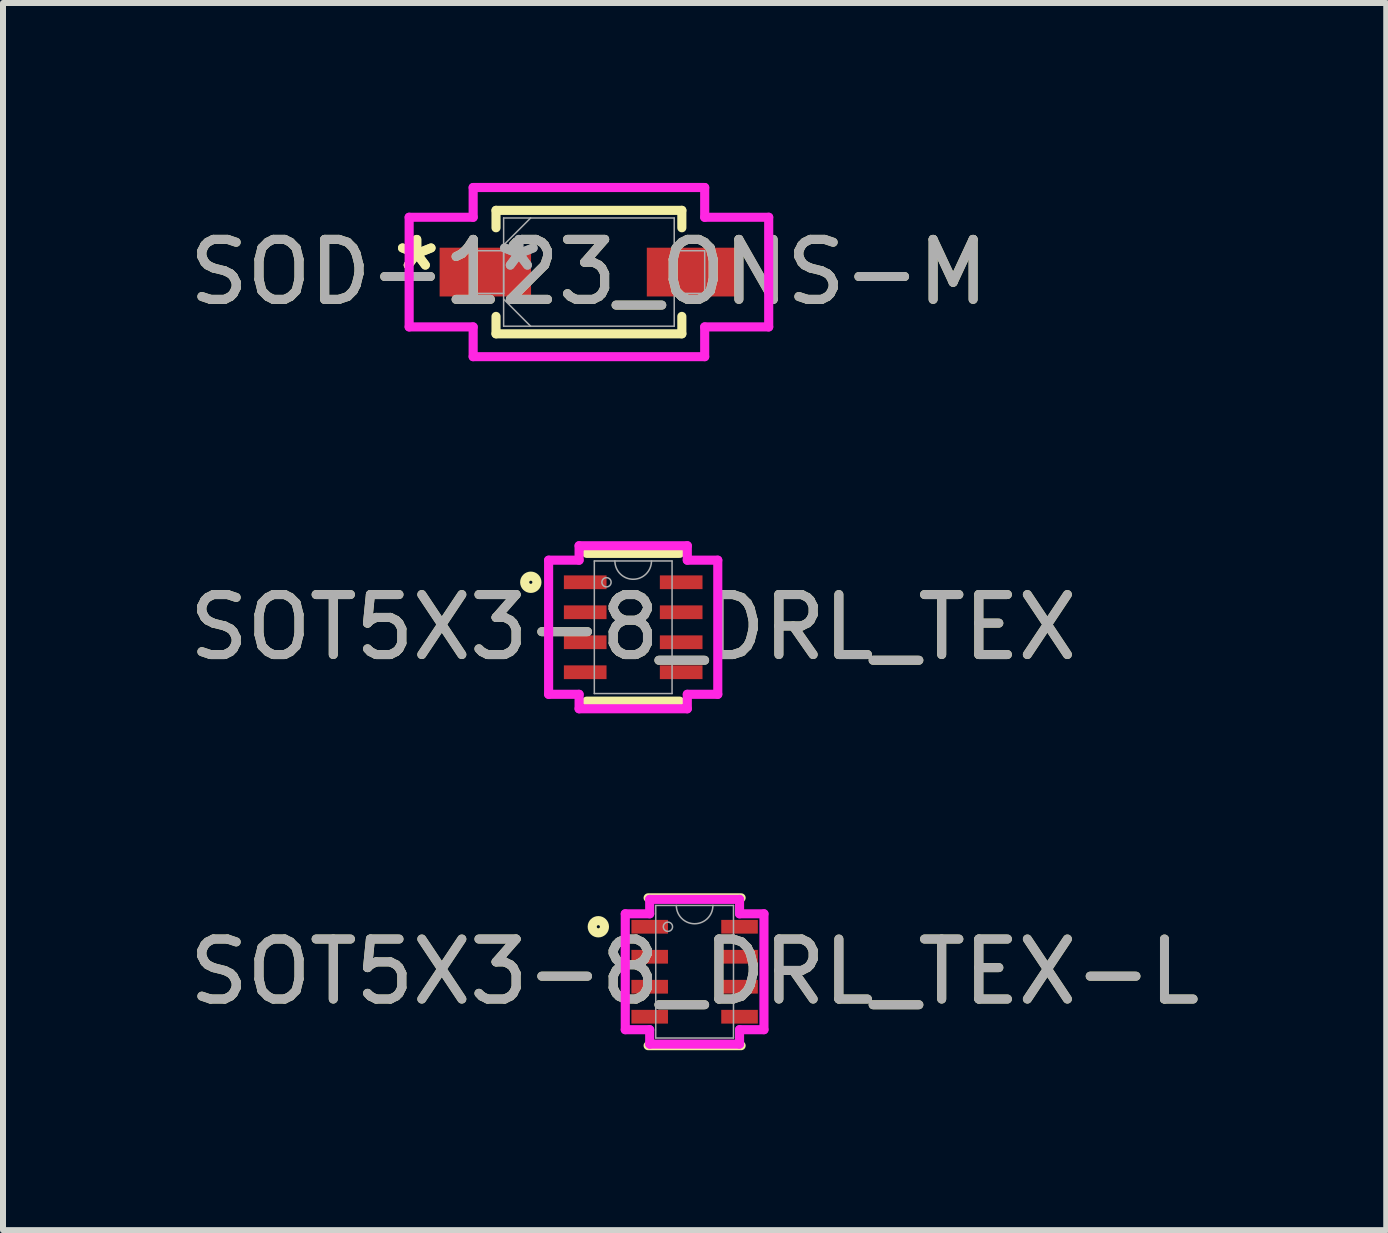
<source format=kicad_pcb>
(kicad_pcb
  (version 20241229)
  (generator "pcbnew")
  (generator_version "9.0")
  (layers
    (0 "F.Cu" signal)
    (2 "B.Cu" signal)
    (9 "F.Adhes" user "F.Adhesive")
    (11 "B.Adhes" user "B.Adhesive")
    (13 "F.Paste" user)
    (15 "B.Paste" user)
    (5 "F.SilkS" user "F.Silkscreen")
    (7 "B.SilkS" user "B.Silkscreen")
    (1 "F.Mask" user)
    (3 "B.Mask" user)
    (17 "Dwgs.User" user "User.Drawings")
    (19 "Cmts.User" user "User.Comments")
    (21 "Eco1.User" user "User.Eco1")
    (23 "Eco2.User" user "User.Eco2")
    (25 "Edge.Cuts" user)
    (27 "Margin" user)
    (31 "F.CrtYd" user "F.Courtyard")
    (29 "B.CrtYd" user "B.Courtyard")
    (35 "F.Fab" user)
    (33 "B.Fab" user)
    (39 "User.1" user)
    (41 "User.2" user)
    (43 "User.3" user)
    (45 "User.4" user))
  (footprint "SOD-123_ONS-M"
    (layer "F.Cu")
    (at 6.768 1.486)
    (property "Reference" "SOD-123_ONS-M" (at 0 0 0) (unlocked yes) (layer "F.SilkS") (effects (font (size 1 1) (thickness 0.15))))
    (attr smd)
    (fp_line (start -1.549 -1.029) (end -1.549 -0.739) (stroke (width 0.152) (type solid)) (layer "F.SilkS"))
    (fp_line (start -1.549 0.739) (end -1.549 1.029) (stroke (width 0.152) (type solid)) (layer "F.SilkS"))
    (fp_line (start -1.549 1.029) (end 1.549 1.029) (stroke (width 0.152) (type solid)) (layer "F.SilkS"))
    (fp_line (start 1.549 -1.029) (end -1.549 -1.029) (stroke (width 0.152) (type solid)) (layer "F.SilkS"))
    (fp_line (start 1.549 -0.739) (end 1.549 -1.029) (stroke (width 0.152) (type solid)) (layer "F.SilkS"))
    (fp_line (start 1.549 1.029) (end 1.549 0.739) (stroke (width 0.152) (type solid)) (layer "F.SilkS"))
    (fp_line (start -2.997 -0.914) (end -1.93 -0.914) (stroke (width 0.152) (type solid)) (layer "F.CrtYd"))
    (fp_line (start -2.997 0.914) (end -2.997 -0.914) (stroke (width 0.152) (type solid)) (layer "F.CrtYd"))
    (fp_line (start -1.93 -1.41) (end 1.93 -1.41) (stroke (width 0.152) (type solid)) (layer "F.CrtYd"))
    (fp_line (start -1.93 -0.914) (end -1.93 -1.41) (stroke (width 0.152) (type solid)) (layer "F.CrtYd"))
    (fp_line (start -1.93 0.914) (end -2.997 0.914) (stroke (width 0.152) (type solid)) (layer "F.CrtYd"))
    (fp_line (start -1.93 1.41) (end -1.93 0.914) (stroke (width 0.152) (type solid)) (layer "F.CrtYd"))
    (fp_line (start 1.93 -1.41) (end 1.93 -0.914) (stroke (width 0.152) (type solid)) (layer "F.CrtYd"))
    (fp_line (start 1.93 -0.914) (end 2.997 -0.914) (stroke (width 0.152) (type solid)) (layer "F.CrtYd"))
    (fp_line (start 1.93 0.914) (end 1.93 1.41) (stroke (width 0.152) (type solid)) (layer "F.CrtYd"))
    (fp_line (start 1.93 1.41) (end -1.93 1.41) (stroke (width 0.152) (type solid)) (layer "F.CrtYd"))
    (fp_line (start 2.997 -0.914) (end 2.997 0.914) (stroke (width 0.152) (type solid)) (layer "F.CrtYd"))
    (fp_line (start 2.997 0.914) (end 1.93 0.914) (stroke (width 0.152) (type solid)) (layer "F.CrtYd"))
    (fp_line (start -1.93 -0.356) (end -1.93 0.356) (stroke (width 0.025) (type solid)) (layer "F.Fab"))
    (fp_line (start -1.93 0.356) (end -1.422 0.356) (stroke (width 0.025) (type solid)) (layer "F.Fab"))
    (fp_line (start -1.422 -0.902) (end -1.422 0.902) (stroke (width 0.025) (type solid)) (layer "F.Fab"))
    (fp_line (start -1.422 -0.451) (end -0.972 -0.902) (stroke (width 0.025) (type solid)) (layer "F.Fab"))
    (fp_line (start -1.422 -0.356) (end -1.93 -0.356) (stroke (width 0.025) (type solid)) (layer "F.Fab"))
    (fp_line (start -1.422 0.356) (end -1.422 -0.356) (stroke (width 0.025) (type solid)) (layer "F.Fab"))
    (fp_line (start -1.422 0.451) (end -0.972 0.902) (stroke (width 0.025) (type solid)) (layer "F.Fab"))
    (fp_line (start -1.422 0.902) (end 1.422 0.902) (stroke (width 0.025) (type solid)) (layer "F.Fab"))
    (fp_line (start 1.422 -0.902) (end -1.422 -0.902) (stroke (width 0.025) (type solid)) (layer "F.Fab"))
    (fp_line (start 1.422 -0.356) (end 1.422 0.356) (stroke (width 0.025) (type solid)) (layer "F.Fab"))
    (fp_line (start 1.422 0.356) (end 1.93 0.356) (stroke (width 0.025) (type solid)) (layer "F.Fab"))
    (fp_line (start 1.422 0.902) (end 1.422 -0.902) (stroke (width 0.025) (type solid)) (layer "F.Fab"))
    (fp_line (start 1.93 -0.356) (end 1.422 -0.356) (stroke (width 0.025) (type solid)) (layer "F.Fab"))
    (fp_line (start 1.93 0.356) (end 1.93 -0.356) (stroke (width 0.025) (type solid)) (layer "F.Fab"))
    (fp_text user "*" (at -2.87 0 0) (layer "F.SilkS") (effects (font (size 1 1) (thickness 0.15))))
    (fp_text user "*" (at -2.87 0 0) (unlocked yes) (layer "F.SilkS") (effects (font (size 1 1) (thickness 0.15))))
    (fp_text user "*" (at -1.168 0 0) (layer "F.Fab") (effects (font (size 1 1) (thickness 0.15))))
    (fp_text user "${REFERENCE}" (at 0 0 0) (unlocked yes) (layer "F.Fab") (effects (font (size 1 1) (thickness 0.15))))
    (fp_text user "*" (at -1.168 0 0) (unlocked yes) (layer "F.Fab") (effects (font (size 1 1) (thickness 0.15))))
    (pad "1" smd rect (at -1.727 0) (size 1.524 0.813) (layers "F.Cu" "F.Mask" "F.Paste"))
    (pad "2" smd rect (at 1.727 0) (size 1.524 0.813) (layers "F.Cu" "F.Mask" "F.Paste")))
  (footprint "SOT5X3-8_DRL_TEX-L"
    (layer "F.Cu")
    (at 8.53 13.15)
    (property "Reference" "SOT5X3-8_DRL_TEX-L" (at 0 0 0) (unlocked yes) (layer "F.SilkS") (effects (font (size 1 1) (thickness 0.15))))
    (attr smd)
    (fp_line (start -0.775 1.232) (end 0.775 1.232) (stroke (width 0.152) (type solid)) (layer "F.SilkS"))
    (fp_line (start 0.775 -1.232) (end -0.775 -1.232) (stroke (width 0.152) (type solid)) (layer "F.SilkS"))
    (fp_circle (center -1.605 -0.75) (end -1.503 -0.75) (stroke (width 0.152) (type solid)) (fill no) (layer "F.SilkS"))
    (fp_line (start -1.156 -0.966) (end -0.749 -0.966) (stroke (width 0.152) (type solid)) (layer "F.CrtYd"))
    (fp_line (start -1.156 0.966) (end -1.156 -0.966) (stroke (width 0.152) (type solid)) (layer "F.CrtYd"))
    (fp_line (start -1.156 0.966) (end -0.749 0.966) (stroke (width 0.152) (type solid)) (layer "F.CrtYd"))
    (fp_line (start -0.749 -1.206) (end 0.749 -1.206) (stroke (width 0.152) (type solid)) (layer "F.CrtYd"))
    (fp_line (start -0.749 -0.966) (end -0.749 -1.206) (stroke (width 0.152) (type solid)) (layer "F.CrtYd"))
    (fp_line (start -0.749 1.206) (end -0.749 0.966) (stroke (width 0.152) (type solid)) (layer "F.CrtYd"))
    (fp_line (start 0.749 -1.206) (end 0.749 -0.966) (stroke (width 0.152) (type solid)) (layer "F.CrtYd"))
    (fp_line (start 0.749 0.966) (end 0.749 1.206) (stroke (width 0.152) (type solid)) (layer "F.CrtYd"))
    (fp_line (start 0.749 1.206) (end -0.749 1.206) (stroke (width 0.152) (type solid)) (layer "F.CrtYd"))
    (fp_line (start 1.156 -0.966) (end 0.749 -0.966) (stroke (width 0.152) (type solid)) (layer "F.CrtYd"))
    (fp_line (start 1.156 -0.966) (end 1.156 0.966) (stroke (width 0.152) (type solid)) (layer "F.CrtYd"))
    (fp_line (start 1.156 0.966) (end 0.749 0.966) (stroke (width 0.152) (type solid)) (layer "F.CrtYd"))
    (fp_line (start -0.648 -1.105) (end -0.648 1.105) (stroke (width 0.025) (type solid)) (layer "F.Fab"))
    (fp_line (start -0.648 1.105) (end 0.648 1.105) (stroke (width 0.025) (type solid)) (layer "F.Fab"))
    (fp_line (start 0.648 -1.105) (end -0.648 -1.105) (stroke (width 0.025) (type solid)) (layer "F.Fab"))
    (fp_line (start 0.648 1.105) (end 0.648 -1.105) (stroke (width 0.025) (type solid)) (layer "F.Fab"))
    (fp_arc (start 0.3048 -1.1049) (mid 0 -0.8001) (end -0.3048 -1.1049) (stroke (width 0.0254) (type solid)) (layer "F.Fab"))
    (fp_circle (center -0.445 -0.75) (end -0.368 -0.75) (stroke (width 0.025) (type solid)) (fill no) (layer "F.Fab"))
    (fp_text user "${REFERENCE}" (at 0 0 0) (unlocked yes) (layer "F.Fab") (effects (font (size 1 1) (thickness 0.15))))
    (pad "1" smd rect (at -0.749 -0.75) (size 0.61 0.229) (layers "F.Cu" "F.Mask" "F.Paste"))
    (pad "2" smd rect (at -0.749 -0.25) (size 0.61 0.229) (layers "F.Cu" "F.Mask" "F.Paste"))
    (pad "3" smd rect (at -0.749 0.25) (size 0.61 0.229) (layers "F.Cu" "F.Mask" "F.Paste"))
    (pad "4" smd rect (at -0.749 0.75) (size 0.61 0.229) (layers "F.Cu" "F.Mask" "F.Paste"))
    (pad "5" smd rect (at 0.749 0.75) (size 0.61 0.229) (layers "F.Cu" "F.Mask" "F.Paste"))
    (pad "6" smd rect (at 0.749 0.25) (size 0.61 0.229) (layers "F.Cu" "F.Mask" "F.Paste"))
    (pad "7" smd rect (at 0.749 -0.25) (size 0.61 0.229) (layers "F.Cu" "F.Mask" "F.Paste"))
    (pad "8" smd rect (at 0.749 -0.75) (size 0.61 0.229) (layers "F.Cu" "F.Mask" "F.Paste")))
  (footprint "SOT5X3-8_DRL_TEX"
    (layer "F.Cu")
    (at 7.506 7.407)
    (property "Reference" "SOT5X3-8_DRL_TEX" (at 0 0 0) (unlocked yes) (layer "F.SilkS") (effects (font (size 1 1) (thickness 0.15))))
    (attr smd)
    (fp_line (start -0.775 1.232) (end 0.775 1.232) (stroke (width 0.152) (type solid)) (layer "F.SilkS"))
    (fp_line (start 0.775 -1.232) (end -0.775 -1.232) (stroke (width 0.152) (type solid)) (layer "F.SilkS"))
    (fp_circle (center -1.707 -0.75) (end -1.605 -0.75) (stroke (width 0.152) (type solid)) (fill no) (layer "F.SilkS"))
    (fp_line (start -1.41 -1.118) (end -0.902 -1.118) (stroke (width 0.152) (type solid)) (layer "F.CrtYd"))
    (fp_line (start -1.41 1.118) (end -1.41 -1.118) (stroke (width 0.152) (type solid)) (layer "F.CrtYd"))
    (fp_line (start -1.41 1.118) (end -0.902 1.118) (stroke (width 0.152) (type solid)) (layer "F.CrtYd"))
    (fp_line (start -0.902 -1.359) (end 0.902 -1.359) (stroke (width 0.152) (type solid)) (layer "F.CrtYd"))
    (fp_line (start -0.902 -1.118) (end -0.902 -1.359) (stroke (width 0.152) (type solid)) (layer "F.CrtYd"))
    (fp_line (start -0.902 1.359) (end -0.902 1.118) (stroke (width 0.152) (type solid)) (layer "F.CrtYd"))
    (fp_line (start 0.902 -1.359) (end 0.902 -1.118) (stroke (width 0.152) (type solid)) (layer "F.CrtYd"))
    (fp_line (start 0.902 1.118) (end 0.902 1.359) (stroke (width 0.152) (type solid)) (layer "F.CrtYd"))
    (fp_line (start 0.902 1.359) (end -0.902 1.359) (stroke (width 0.152) (type solid)) (layer "F.CrtYd"))
    (fp_line (start 1.41 -1.118) (end 0.902 -1.118) (stroke (width 0.152) (type solid)) (layer "F.CrtYd"))
    (fp_line (start 1.41 -1.118) (end 1.41 1.118) (stroke (width 0.152) (type solid)) (layer "F.CrtYd"))
    (fp_line (start 1.41 1.118) (end 0.902 1.118) (stroke (width 0.152) (type solid)) (layer "F.CrtYd"))
    (fp_line (start -0.648 -1.105) (end -0.648 1.105) (stroke (width 0.025) (type solid)) (layer "F.Fab"))
    (fp_line (start -0.648 1.105) (end 0.648 1.105) (stroke (width 0.025) (type solid)) (layer "F.Fab"))
    (fp_line (start 0.648 -1.105) (end -0.648 -1.105) (stroke (width 0.025) (type solid)) (layer "F.Fab"))
    (fp_line (start 0.648 1.105) (end 0.648 -1.105) (stroke (width 0.025) (type solid)) (layer "F.Fab"))
    (fp_arc (start 0.3048 -1.1049) (mid 0 -0.8001) (end -0.3048 -1.1049) (stroke (width 0.0254) (type solid)) (layer "F.Fab"))
    (fp_circle (center -0.445 -0.75) (end -0.368 -0.75) (stroke (width 0.025) (type solid)) (fill no) (layer "F.Fab"))
    (fp_text user "${REFERENCE}" (at 0 0 0) (unlocked yes) (layer "F.Fab") (effects (font (size 1 1) (thickness 0.15))))
    (pad "1" smd rect (at -0.8 -0.75) (size 0.711 0.229) (layers "F.Cu" "F.Mask" "F.Paste"))
    (pad "2" smd rect (at -0.8 -0.25) (size 0.711 0.229) (layers "F.Cu" "F.Mask" "F.Paste"))
    (pad "3" smd rect (at -0.8 0.25) (size 0.711 0.229) (layers "F.Cu" "F.Mask" "F.Paste"))
    (pad "4" smd rect (at -0.8 0.75) (size 0.711 0.229) (layers "F.Cu" "F.Mask" "F.Paste"))
    (pad "5" smd rect (at 0.8 0.75) (size 0.711 0.229) (layers "F.Cu" "F.Mask" "F.Paste"))
    (pad "6" smd rect (at 0.8 0.25) (size 0.711 0.229) (layers "F.Cu" "F.Mask" "F.Paste"))
    (pad "7" smd rect (at 0.8 -0.25) (size 0.711 0.229) (layers "F.Cu" "F.Mask" "F.Paste"))
    (pad "8" smd rect (at 0.8 -0.75) (size 0.711 0.229) (layers "F.Cu" "F.Mask" "F.Paste")))
  (gr_rect
    (start -3 -3)
    (end 20.06 17.458)
    (stroke (width 0.1) (type default))
    (fill no)
    (layer "Edge.Cuts")))
</source>
